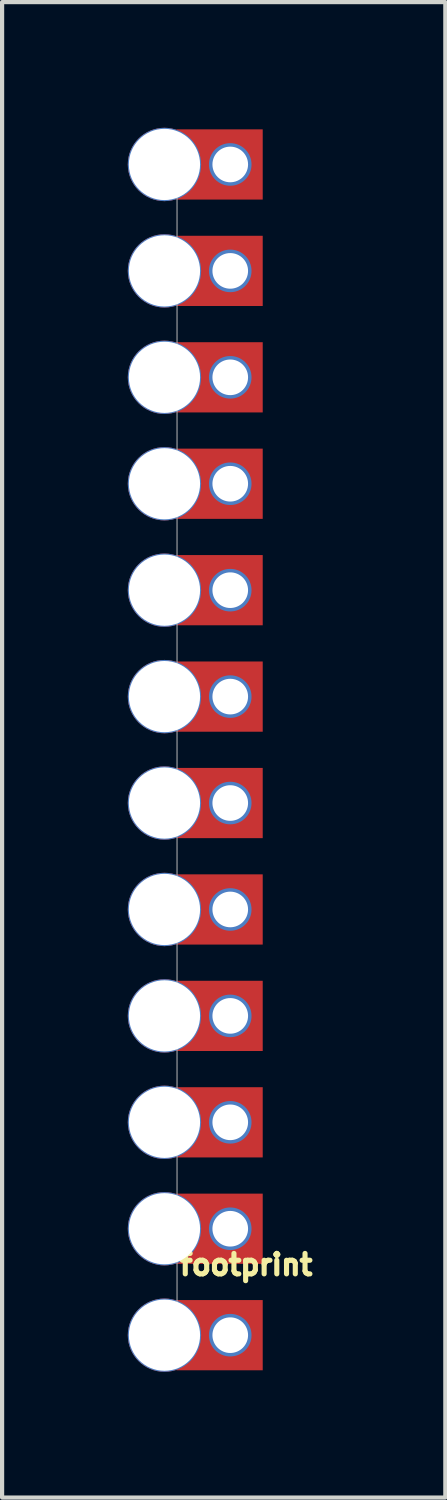
<source format=kicad_pcb>
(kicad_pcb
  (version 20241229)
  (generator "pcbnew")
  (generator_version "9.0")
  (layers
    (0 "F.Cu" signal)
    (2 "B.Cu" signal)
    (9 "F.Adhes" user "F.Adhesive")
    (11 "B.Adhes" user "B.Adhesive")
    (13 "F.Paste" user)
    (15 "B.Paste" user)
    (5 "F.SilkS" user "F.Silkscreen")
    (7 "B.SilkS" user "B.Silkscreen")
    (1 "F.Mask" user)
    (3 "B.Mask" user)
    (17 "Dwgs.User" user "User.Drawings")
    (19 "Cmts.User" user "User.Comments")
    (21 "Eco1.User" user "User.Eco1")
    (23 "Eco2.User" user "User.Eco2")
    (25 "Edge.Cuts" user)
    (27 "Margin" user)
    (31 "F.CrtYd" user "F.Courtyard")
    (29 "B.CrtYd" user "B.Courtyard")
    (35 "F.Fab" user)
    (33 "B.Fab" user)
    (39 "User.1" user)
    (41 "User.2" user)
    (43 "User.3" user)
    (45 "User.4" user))
  (footprint "footprint"
    (layer "F.Cu")
    (at 2.445 28.815)
    (property "Reference" "footprint" (at -1.27 -1.397 0) (layer "F.SilkS") (effects (font (size 0.488 0.488) (thickness 0.122)) (justify left bottom)))
    (fp_poly (pts (xy 0.775 -27.102) (xy -1.283 -27.102) (xy -1.283 -28.778) (xy 0.775 -28.778)) (stroke (width 0) (type solid)) (fill yes) (layer "F.Cu"))
    (fp_poly (pts (xy 0.775 -24.562) (xy -1.283 -24.562) (xy -1.283 -26.238) (xy 0.775 -26.238)) (stroke (width 0) (type solid)) (fill yes) (layer "F.Cu"))
    (fp_poly (pts (xy 0.775 -22.022) (xy -1.283 -22.022) (xy -1.283 -23.698) (xy 0.775 -23.698)) (stroke (width 0) (type solid)) (fill yes) (layer "F.Cu"))
    (fp_poly (pts (xy 0.775 -19.482) (xy -1.283 -19.482) (xy -1.283 -21.158) (xy 0.775 -21.158)) (stroke (width 0) (type solid)) (fill yes) (layer "F.Cu"))
    (fp_poly (pts (xy 0.775 -16.942) (xy -1.283 -16.942) (xy -1.283 -18.618) (xy 0.775 -18.618)) (stroke (width 0) (type solid)) (fill yes) (layer "F.Cu"))
    (fp_poly (pts (xy 0.775 -14.402) (xy -1.283 -14.402) (xy -1.283 -16.078) (xy 0.775 -16.078)) (stroke (width 0) (type solid)) (fill yes) (layer "F.Cu"))
    (fp_poly (pts (xy 0.775 -11.862) (xy -1.283 -11.862) (xy -1.283 -13.538) (xy 0.775 -13.538)) (stroke (width 0) (type solid)) (fill yes) (layer "F.Cu"))
    (fp_poly (pts (xy 0.775 -9.322) (xy -1.283 -9.322) (xy -1.283 -10.998) (xy 0.775 -10.998)) (stroke (width 0) (type solid)) (fill yes) (layer "F.Cu"))
    (fp_poly (pts (xy 0.775 -6.782) (xy -1.283 -6.782) (xy -1.283 -8.458) (xy 0.775 -8.458)) (stroke (width 0) (type solid)) (fill yes) (layer "F.Cu"))
    (fp_poly (pts (xy 0.775 -4.242) (xy -1.283 -4.242) (xy -1.283 -5.918) (xy 0.775 -5.918)) (stroke (width 0) (type solid)) (fill yes) (layer "F.Cu"))
    (fp_poly (pts (xy 0.775 -1.702) (xy -1.283 -1.702) (xy -1.283 -3.378) (xy 0.775 -3.378)) (stroke (width 0) (type solid)) (fill yes) (layer "F.Cu"))
    (fp_poly (pts (xy 0.775 0.838) (xy -1.283 0.838) (xy -1.283 -0.838) (xy 0.775 -0.838)) (stroke (width 0) (type solid)) (fill yes) (layer "F.Cu"))
    (fp_poly (pts (xy 0.775 -27.102) (xy -1.283 -27.102) (xy -1.283 -28.778) (xy 0.775 -28.778)) (stroke (width 0) (type solid)) (fill yes) (layer "F.Mask"))
    (fp_poly (pts (xy 0.775 -24.562) (xy -1.283 -24.562) (xy -1.283 -26.238) (xy 0.775 -26.238)) (stroke (width 0) (type solid)) (fill yes) (layer "F.Mask"))
    (fp_poly (pts (xy 0.775 -22.022) (xy -1.283 -22.022) (xy -1.283 -23.698) (xy 0.775 -23.698)) (stroke (width 0) (type solid)) (fill yes) (layer "F.Mask"))
    (fp_poly (pts (xy 0.775 -19.482) (xy -1.283 -19.482) (xy -1.283 -21.158) (xy 0.775 -21.158)) (stroke (width 0) (type solid)) (fill yes) (layer "F.Mask"))
    (fp_poly (pts (xy 0.775 -16.942) (xy -1.283 -16.942) (xy -1.283 -18.618) (xy 0.775 -18.618)) (stroke (width 0) (type solid)) (fill yes) (layer "F.Mask"))
    (fp_poly (pts (xy 0.775 -14.402) (xy -1.283 -14.402) (xy -1.283 -16.078) (xy 0.775 -16.078)) (stroke (width 0) (type solid)) (fill yes) (layer "F.Mask"))
    (fp_poly (pts (xy 0.775 -11.862) (xy -1.283 -11.862) (xy -1.283 -13.538) (xy 0.775 -13.538)) (stroke (width 0) (type solid)) (fill yes) (layer "F.Mask"))
    (fp_poly (pts (xy 0.775 -9.322) (xy -1.283 -9.322) (xy -1.283 -10.998) (xy 0.775 -10.998)) (stroke (width 0) (type solid)) (fill yes) (layer "F.Mask"))
    (fp_poly (pts (xy 0.775 -6.782) (xy -1.283 -6.782) (xy -1.283 -8.458) (xy 0.775 -8.458)) (stroke (width 0) (type solid)) (fill yes) (layer "F.Mask"))
    (fp_poly (pts (xy 0.775 -4.242) (xy -1.283 -4.242) (xy -1.283 -5.918) (xy 0.775 -5.918)) (stroke (width 0) (type solid)) (fill yes) (layer "F.Mask"))
    (fp_poly (pts (xy 0.775 -1.702) (xy -1.283 -1.702) (xy -1.283 -3.378) (xy 0.775 -3.378)) (stroke (width 0) (type solid)) (fill yes) (layer "F.Mask"))
    (fp_poly (pts (xy 0.775 0.838) (xy -1.283 0.838) (xy -1.283 -0.838) (xy 0.775 -0.838)) (stroke (width 0) (type solid)) (fill yes) (layer "F.Mask"))
    (fp_poly (pts (xy 0.176 -28.743) (xy 0.34 -28.673) (xy 0.485 -28.57) (xy 0.606 -28.439) (xy 0.697 -28.286) (xy 0.754 -28.117) (xy 0.775 -27.94) (xy 0.758 -27.761) (xy 0.703 -27.591) (xy 0.613 -27.435) (xy 0.491 -27.304) (xy 0.344 -27.201) (xy 0.178 -27.133) (xy 0.001 -27.102) (xy -1.283 -27.102) (xy -1.283 -28.778) (xy 0.001 -28.778)) (stroke (width 0) (type solid)) (fill yes) (layer "B.Mask"))
    (fp_poly (pts (xy 0.176 -26.203) (xy 0.34 -26.133) (xy 0.485 -26.03) (xy 0.606 -25.899) (xy 0.697 -25.746) (xy 0.754 -25.577) (xy 0.775 -25.4) (xy 0.758 -25.221) (xy 0.703 -25.051) (xy 0.613 -24.895) (xy 0.491 -24.764) (xy 0.344 -24.661) (xy 0.178 -24.593) (xy 0.001 -24.562) (xy -1.283 -24.562) (xy -1.283 -26.238) (xy 0.001 -26.238)) (stroke (width 0) (type solid)) (fill yes) (layer "B.Mask"))
    (fp_poly (pts (xy 0.176 -23.663) (xy 0.34 -23.593) (xy 0.485 -23.49) (xy 0.606 -23.359) (xy 0.697 -23.206) (xy 0.754 -23.037) (xy 0.775 -22.86) (xy 0.758 -22.681) (xy 0.703 -22.511) (xy 0.613 -22.355) (xy 0.491 -22.224) (xy 0.344 -22.121) (xy 0.178 -22.053) (xy 0.001 -22.022) (xy -1.283 -22.022) (xy -1.283 -23.698) (xy 0.001 -23.698)) (stroke (width 0) (type solid)) (fill yes) (layer "B.Mask"))
    (fp_poly (pts (xy 0.176 -21.123) (xy 0.34 -21.053) (xy 0.485 -20.95) (xy 0.606 -20.819) (xy 0.697 -20.666) (xy 0.754 -20.497) (xy 0.775 -20.32) (xy 0.758 -20.141) (xy 0.703 -19.971) (xy 0.613 -19.815) (xy 0.491 -19.684) (xy 0.344 -19.581) (xy 0.178 -19.513) (xy 0.001 -19.482) (xy -1.283 -19.482) (xy -1.283 -21.158) (xy 0.001 -21.158)) (stroke (width 0) (type solid)) (fill yes) (layer "B.Mask"))
    (fp_poly (pts (xy 0.176 -18.583) (xy 0.34 -18.513) (xy 0.485 -18.41) (xy 0.606 -18.279) (xy 0.697 -18.126) (xy 0.754 -17.957) (xy 0.775 -17.78) (xy 0.758 -17.601) (xy 0.703 -17.431) (xy 0.613 -17.275) (xy 0.491 -17.144) (xy 0.344 -17.041) (xy 0.178 -16.973) (xy 0.001 -16.942) (xy -1.283 -16.942) (xy -1.283 -18.618) (xy 0.001 -18.618)) (stroke (width 0) (type solid)) (fill yes) (layer "B.Mask"))
    (fp_poly (pts (xy 0.176 -16.043) (xy 0.34 -15.973) (xy 0.485 -15.87) (xy 0.606 -15.739) (xy 0.697 -15.586) (xy 0.754 -15.417) (xy 0.775 -15.24) (xy 0.758 -15.061) (xy 0.703 -14.891) (xy 0.613 -14.735) (xy 0.491 -14.604) (xy 0.344 -14.501) (xy 0.178 -14.433) (xy 0.001 -14.402) (xy -1.283 -14.402) (xy -1.283 -16.078) (xy 0.001 -16.078)) (stroke (width 0) (type solid)) (fill yes) (layer "B.Mask"))
    (fp_poly (pts (xy 0.176 -13.503) (xy 0.34 -13.433) (xy 0.485 -13.33) (xy 0.606 -13.199) (xy 0.697 -13.046) (xy 0.754 -12.877) (xy 0.775 -12.7) (xy 0.758 -12.521) (xy 0.703 -12.351) (xy 0.613 -12.195) (xy 0.491 -12.064) (xy 0.344 -11.961) (xy 0.178 -11.893) (xy 0.001 -11.862) (xy -1.283 -11.862) (xy -1.283 -13.538) (xy 0.001 -13.538)) (stroke (width 0) (type solid)) (fill yes) (layer "B.Mask"))
    (fp_poly (pts (xy 0.176 -10.963) (xy 0.34 -10.893) (xy 0.485 -10.79) (xy 0.606 -10.659) (xy 0.697 -10.506) (xy 0.754 -10.337) (xy 0.775 -10.16) (xy 0.758 -9.981) (xy 0.703 -9.811) (xy 0.613 -9.655) (xy 0.491 -9.524) (xy 0.344 -9.421) (xy 0.178 -9.353) (xy 0.001 -9.322) (xy -1.283 -9.322) (xy -1.283 -10.998) (xy 0.001 -10.998)) (stroke (width 0) (type solid)) (fill yes) (layer "B.Mask"))
    (fp_poly (pts (xy 0.176 -8.423) (xy 0.34 -8.353) (xy 0.485 -8.25) (xy 0.606 -8.119) (xy 0.697 -7.966) (xy 0.754 -7.797) (xy 0.775 -7.62) (xy 0.758 -7.441) (xy 0.703 -7.271) (xy 0.613 -7.115) (xy 0.491 -6.984) (xy 0.344 -6.881) (xy 0.178 -6.813) (xy 0.001 -6.782) (xy -1.283 -6.782) (xy -1.283 -8.458) (xy 0.001 -8.458)) (stroke (width 0) (type solid)) (fill yes) (layer "B.Mask"))
    (fp_poly (pts (xy 0.176 -5.883) (xy 0.34 -5.813) (xy 0.485 -5.71) (xy 0.606 -5.579) (xy 0.697 -5.426) (xy 0.754 -5.257) (xy 0.775 -5.08) (xy 0.758 -4.901) (xy 0.703 -4.731) (xy 0.613 -4.575) (xy 0.491 -4.444) (xy 0.344 -4.341) (xy 0.178 -4.273) (xy 0.001 -4.242) (xy -1.283 -4.242) (xy -1.283 -5.918) (xy 0.001 -5.918)) (stroke (width 0) (type solid)) (fill yes) (layer "B.Mask"))
    (fp_poly (pts (xy 0.176 -3.343) (xy 0.34 -3.273) (xy 0.485 -3.17) (xy 0.606 -3.039) (xy 0.697 -2.886) (xy 0.754 -2.717) (xy 0.775 -2.54) (xy 0.758 -2.361) (xy 0.703 -2.191) (xy 0.613 -2.035) (xy 0.491 -1.904) (xy 0.344 -1.801) (xy 0.178 -1.733) (xy 0.001 -1.702) (xy -1.283 -1.702) (xy -1.283 -3.378) (xy 0.001 -3.378)) (stroke (width 0) (type solid)) (fill yes) (layer "B.Mask"))
    (fp_poly (pts (xy 0.176 -0.803) (xy 0.34 -0.733) (xy 0.485 -0.63) (xy 0.606 -0.499) (xy 0.697 -0.346) (xy 0.754 -0.177) (xy 0.775 -0.001) (xy 0.775 0.001) (xy 0.758 0.179) (xy 0.703 0.349) (xy 0.613 0.505) (xy 0.491 0.636) (xy 0.344 0.739) (xy 0.178 0.807) (xy 0.001 0.838) (xy -1.283 0.838) (xy -1.283 -0.838) (xy 0.001 -0.838)) (stroke (width 0) (type solid)) (fill yes) (layer "B.Mask"))
    (fp_poly (pts (xy 0.176 -28.743) (xy 0.34 -28.673) (xy 0.485 -28.57) (xy 0.606 -28.439) (xy 0.697 -28.286) (xy 0.754 -28.117) (xy 0.775 -27.94) (xy 0.758 -27.761) (xy 0.703 -27.591) (xy 0.613 -27.435) (xy 0.491 -27.304) (xy 0.344 -27.201) (xy 0.178 -27.133) (xy 0.001 -27.102) (xy -1.283 -27.102) (xy -1.283 -28.778) (xy 0.001 -28.778)) (stroke (width 0) (type solid)) (fill yes) (layer "In1.Cu"))
    (fp_poly (pts (xy 0.176 -26.203) (xy 0.34 -26.133) (xy 0.485 -26.03) (xy 0.606 -25.899) (xy 0.697 -25.746) (xy 0.754 -25.577) (xy 0.775 -25.4) (xy 0.758 -25.221) (xy 0.703 -25.051) (xy 0.613 -24.895) (xy 0.491 -24.764) (xy 0.344 -24.661) (xy 0.178 -24.593) (xy 0.001 -24.562) (xy -1.283 -24.562) (xy -1.283 -26.238) (xy 0.001 -26.238)) (stroke (width 0) (type solid)) (fill yes) (layer "In1.Cu"))
    (fp_poly (pts (xy 0.176 -23.663) (xy 0.34 -23.593) (xy 0.485 -23.49) (xy 0.606 -23.359) (xy 0.697 -23.206) (xy 0.754 -23.037) (xy 0.775 -22.86) (xy 0.758 -22.681) (xy 0.703 -22.511) (xy 0.613 -22.355) (xy 0.491 -22.224) (xy 0.344 -22.121) (xy 0.178 -22.053) (xy 0.001 -22.022) (xy -1.283 -22.022) (xy -1.283 -23.698) (xy 0.001 -23.698)) (stroke (width 0) (type solid)) (fill yes) (layer "In1.Cu"))
    (fp_poly (pts (xy 0.176 -21.123) (xy 0.34 -21.053) (xy 0.485 -20.95) (xy 0.606 -20.819) (xy 0.697 -20.666) (xy 0.754 -20.497) (xy 0.775 -20.32) (xy 0.758 -20.141) (xy 0.703 -19.971) (xy 0.613 -19.815) (xy 0.491 -19.684) (xy 0.344 -19.581) (xy 0.178 -19.513) (xy 0.001 -19.482) (xy -1.283 -19.482) (xy -1.283 -21.158) (xy 0.001 -21.158)) (stroke (width 0) (type solid)) (fill yes) (layer "In1.Cu"))
    (fp_poly (pts (xy 0.176 -18.583) (xy 0.34 -18.513) (xy 0.485 -18.41) (xy 0.606 -18.279) (xy 0.697 -18.126) (xy 0.754 -17.957) (xy 0.775 -17.78) (xy 0.758 -17.601) (xy 0.703 -17.431) (xy 0.613 -17.275) (xy 0.491 -17.144) (xy 0.344 -17.041) (xy 0.178 -16.973) (xy 0.001 -16.942) (xy -1.283 -16.942) (xy -1.283 -18.618) (xy 0.001 -18.618)) (stroke (width 0) (type solid)) (fill yes) (layer "In1.Cu"))
    (fp_poly (pts (xy 0.176 -16.043) (xy 0.34 -15.973) (xy 0.485 -15.87) (xy 0.606 -15.739) (xy 0.697 -15.586) (xy 0.754 -15.417) (xy 0.775 -15.24) (xy 0.758 -15.061) (xy 0.703 -14.891) (xy 0.613 -14.735) (xy 0.491 -14.604) (xy 0.344 -14.501) (xy 0.178 -14.433) (xy 0.001 -14.402) (xy -1.283 -14.402) (xy -1.283 -16.078) (xy 0.001 -16.078)) (stroke (width 0) (type solid)) (fill yes) (layer "In1.Cu"))
    (fp_poly (pts (xy 0.176 -13.503) (xy 0.34 -13.433) (xy 0.485 -13.33) (xy 0.606 -13.199) (xy 0.697 -13.046) (xy 0.754 -12.877) (xy 0.775 -12.7) (xy 0.758 -12.521) (xy 0.703 -12.351) (xy 0.613 -12.195) (xy 0.491 -12.064) (xy 0.344 -11.961) (xy 0.178 -11.893) (xy 0.001 -11.862) (xy -1.283 -11.862) (xy -1.283 -13.538) (xy 0.001 -13.538)) (stroke (width 0) (type solid)) (fill yes) (layer "In1.Cu"))
    (fp_poly (pts (xy 0.176 -10.963) (xy 0.34 -10.893) (xy 0.485 -10.79) (xy 0.606 -10.659) (xy 0.697 -10.506) (xy 0.754 -10.337) (xy 0.775 -10.16) (xy 0.758 -9.981) (xy 0.703 -9.811) (xy 0.613 -9.655) (xy 0.491 -9.524) (xy 0.344 -9.421) (xy 0.178 -9.353) (xy 0.001 -9.322) (xy -1.283 -9.322) (xy -1.283 -10.998) (xy 0.001 -10.998)) (stroke (width 0) (type solid)) (fill yes) (layer "In1.Cu"))
    (fp_poly (pts (xy 0.176 -8.423) (xy 0.34 -8.353) (xy 0.485 -8.25) (xy 0.606 -8.119) (xy 0.697 -7.966) (xy 0.754 -7.797) (xy 0.775 -7.62) (xy 0.758 -7.441) (xy 0.703 -7.271) (xy 0.613 -7.115) (xy 0.491 -6.984) (xy 0.344 -6.881) (xy 0.178 -6.813) (xy 0.001 -6.782) (xy -1.283 -6.782) (xy -1.283 -8.458) (xy 0.001 -8.458)) (stroke (width 0) (type solid)) (fill yes) (layer "In1.Cu"))
    (fp_poly (pts (xy 0.176 -5.883) (xy 0.34 -5.813) (xy 0.485 -5.71) (xy 0.606 -5.579) (xy 0.697 -5.426) (xy 0.754 -5.257) (xy 0.775 -5.08) (xy 0.758 -4.901) (xy 0.703 -4.731) (xy 0.613 -4.575) (xy 0.491 -4.444) (xy 0.344 -4.341) (xy 0.178 -4.273) (xy 0.001 -4.242) (xy -1.283 -4.242) (xy -1.283 -5.918) (xy 0.001 -5.918)) (stroke (width 0) (type solid)) (fill yes) (layer "In1.Cu"))
    (fp_poly (pts (xy 0.176 -3.343) (xy 0.34 -3.273) (xy 0.485 -3.17) (xy 0.606 -3.039) (xy 0.697 -2.886) (xy 0.754 -2.717) (xy 0.775 -2.54) (xy 0.758 -2.361) (xy 0.703 -2.191) (xy 0.613 -2.035) (xy 0.491 -1.904) (xy 0.344 -1.801) (xy 0.178 -1.733) (xy 0.001 -1.702) (xy -1.283 -1.702) (xy -1.283 -3.378) (xy 0.001 -3.378)) (stroke (width 0) (type solid)) (fill yes) (layer "In1.Cu"))
    (fp_poly (pts (xy 0.176 -0.803) (xy 0.34 -0.733) (xy 0.485 -0.63) (xy 0.606 -0.499) (xy 0.697 -0.346) (xy 0.754 -0.177) (xy 0.775 -0.001) (xy 0.775 0.001) (xy 0.758 0.179) (xy 0.703 0.349) (xy 0.613 0.505) (xy 0.491 0.636) (xy 0.344 0.739) (xy 0.178 0.807) (xy 0.001 0.838) (xy -1.283 0.838) (xy -1.283 -0.838) (xy 0.001 -0.838)) (stroke (width 0) (type solid)) (fill yes) (layer "In1.Cu"))
    (fp_line (start -1.27 0) (end -1.27 -27.94) (stroke (width 0.025) (type solid)) (layer "F.Fab"))
    (fp_poly (pts (xy 0.254 -27.686) (xy 0.254 -28.194) (xy -0.254 -28.194) (xy -0.254 -27.686)) (stroke (width 0.1) (type solid)) (fill no) (layer "F.Fab"))
    (fp_poly (pts (xy 0.254 -25.146) (xy 0.254 -25.654) (xy -0.254 -25.654) (xy -0.254 -25.146)) (stroke (width 0.1) (type solid)) (fill no) (layer "F.Fab"))
    (fp_poly (pts (xy 0.254 -22.606) (xy 0.254 -23.114) (xy -0.254 -23.114) (xy -0.254 -22.606)) (stroke (width 0.1) (type solid)) (fill no) (layer "F.Fab"))
    (fp_poly (pts (xy 0.254 -20.066) (xy 0.254 -20.574) (xy -0.254 -20.574) (xy -0.254 -20.066)) (stroke (width 0.1) (type solid)) (fill no) (layer "F.Fab"))
    (fp_poly (pts (xy 0.254 -17.526) (xy 0.254 -18.034) (xy -0.254 -18.034) (xy -0.254 -17.526)) (stroke (width 0.1) (type solid)) (fill no) (layer "F.Fab"))
    (fp_poly (pts (xy 0.254 -14.986) (xy 0.254 -15.494) (xy -0.254 -15.494) (xy -0.254 -14.986)) (stroke (width 0.1) (type solid)) (fill no) (layer "F.Fab"))
    (fp_poly (pts (xy 0.254 -12.446) (xy 0.254 -12.954) (xy -0.254 -12.954) (xy -0.254 -12.446)) (stroke (width 0.1) (type solid)) (fill no) (layer "F.Fab"))
    (fp_poly (pts (xy 0.254 -9.906) (xy 0.254 -10.414) (xy -0.254 -10.414) (xy -0.254 -9.906)) (stroke (width 0.1) (type solid)) (fill no) (layer "F.Fab"))
    (fp_poly (pts (xy 0.254 -7.366) (xy 0.254 -7.874) (xy -0.254 -7.874) (xy -0.254 -7.366)) (stroke (width 0.1) (type solid)) (fill no) (layer "F.Fab"))
    (fp_poly (pts (xy 0.254 -4.826) (xy 0.254 -5.334) (xy -0.254 -5.334) (xy -0.254 -4.826)) (stroke (width 0.1) (type solid)) (fill no) (layer "F.Fab"))
    (fp_poly (pts (xy 0.254 -2.286) (xy 0.254 -2.794) (xy -0.254 -2.794) (xy -0.254 -2.286)) (stroke (width 0.1) (type solid)) (fill no) (layer "F.Fab"))
    (fp_poly (pts (xy 0.254 0.254) (xy 0.254 -0.254) (xy -0.254 -0.254) (xy -0.254 0.254)) (stroke (width 0.1) (type solid)) (fill no) (layer "F.Fab"))
    (pad "1" thru_hole circle (at 0 0 180) (size 1.016 1.016) (drill 0.85) (layers "*.Cu" "*.Mask"))
    (pad "1B" thru_hole circle (at -1.57 0) (size 1.75 1.75) (drill 1.7) (layers "*.Cu" "*.Mask"))
    (pad "2" thru_hole circle (at 0 -2.54 180) (size 1.016 1.016) (drill 0.85) (layers "*.Cu" "*.Mask"))
    (pad "2B" thru_hole circle (at -1.57 -2.54) (size 1.75 1.75) (drill 1.7) (layers "*.Cu" "*.Mask"))
    (pad "3" thru_hole circle (at 0 -5.08 180) (size 1.016 1.016) (drill 0.85) (layers "*.Cu" "*.Mask"))
    (pad "3B" thru_hole circle (at -1.57 -5.08) (size 1.75 1.75) (drill 1.7) (layers "*.Cu" "*.Mask"))
    (pad "4" thru_hole circle (at 0 -7.62 180) (size 1.016 1.016) (drill 0.85) (layers "*.Cu" "*.Mask"))
    (pad "4B" thru_hole circle (at -1.57 -7.62) (size 1.75 1.75) (drill 1.7) (layers "*.Cu" "*.Mask"))
    (pad "5" thru_hole circle (at 0 -10.16 180) (size 1.016 1.016) (drill 0.85) (layers "*.Cu" "*.Mask"))
    (pad "5B" thru_hole circle (at -1.57 -10.16) (size 1.75 1.75) (drill 1.7) (layers "*.Cu" "*.Mask"))
    (pad "6" thru_hole circle (at 0 -12.7 180) (size 1.016 1.016) (drill 0.85) (layers "*.Cu" "*.Mask"))
    (pad "6B" thru_hole circle (at -1.57 -12.7) (size 1.75 1.75) (drill 1.7) (layers "*.Cu" "*.Mask"))
    (pad "7" thru_hole circle (at 0 -15.24 180) (size 1.016 1.016) (drill 0.85) (layers "*.Cu" "*.Mask"))
    (pad "7B" thru_hole circle (at -1.57 -15.24) (size 1.75 1.75) (drill 1.7) (layers "*.Cu" "*.Mask"))
    (pad "8" thru_hole circle (at 0 -17.78 180) (size 1.016 1.016) (drill 0.85) (layers "*.Cu" "*.Mask"))
    (pad "8B" thru_hole circle (at -1.57 -17.78) (size 1.75 1.75) (drill 1.7) (layers "*.Cu" "*.Mask"))
    (pad "9" thru_hole circle (at 0 -20.32 180) (size 1.016 1.016) (drill 0.85) (layers "*.Cu" "*.Mask"))
    (pad "9B" thru_hole circle (at -1.57 -20.32) (size 1.75 1.75) (drill 1.7) (layers "*.Cu" "*.Mask"))
    (pad "10" thru_hole circle (at 0 -22.86 180) (size 1.016 1.016) (drill 0.85) (layers "*.Cu" "*.Mask"))
    (pad "10B" thru_hole circle (at -1.57 -22.86) (size 1.75 1.75) (drill 1.7) (layers "*.Cu" "*.Mask"))
    (pad "11" thru_hole circle (at 0 -25.4 180) (size 1.016 1.016) (drill 0.85) (layers "*.Cu" "*.Mask"))
    (pad "11B" thru_hole circle (at -1.57 -25.4) (size 1.75 1.75) (drill 1.7) (layers "*.Cu" "*.Mask"))
    (pad "12" thru_hole circle (at 0 -27.94 180) (size 1.016 1.016) (drill 0.85) (layers "*.Cu" "*.Mask"))
    (pad "12B" thru_hole circle (at -1.57 -27.94) (size 1.75 1.75) (drill 1.7) (layers "*.Cu" "*.Mask")))
  (gr_rect
    (start -3 -3)
    (end 7.578 32.69)
    (stroke (width 0.1) (type default))
    (fill no)
    (layer "Edge.Cuts")))
</source>
